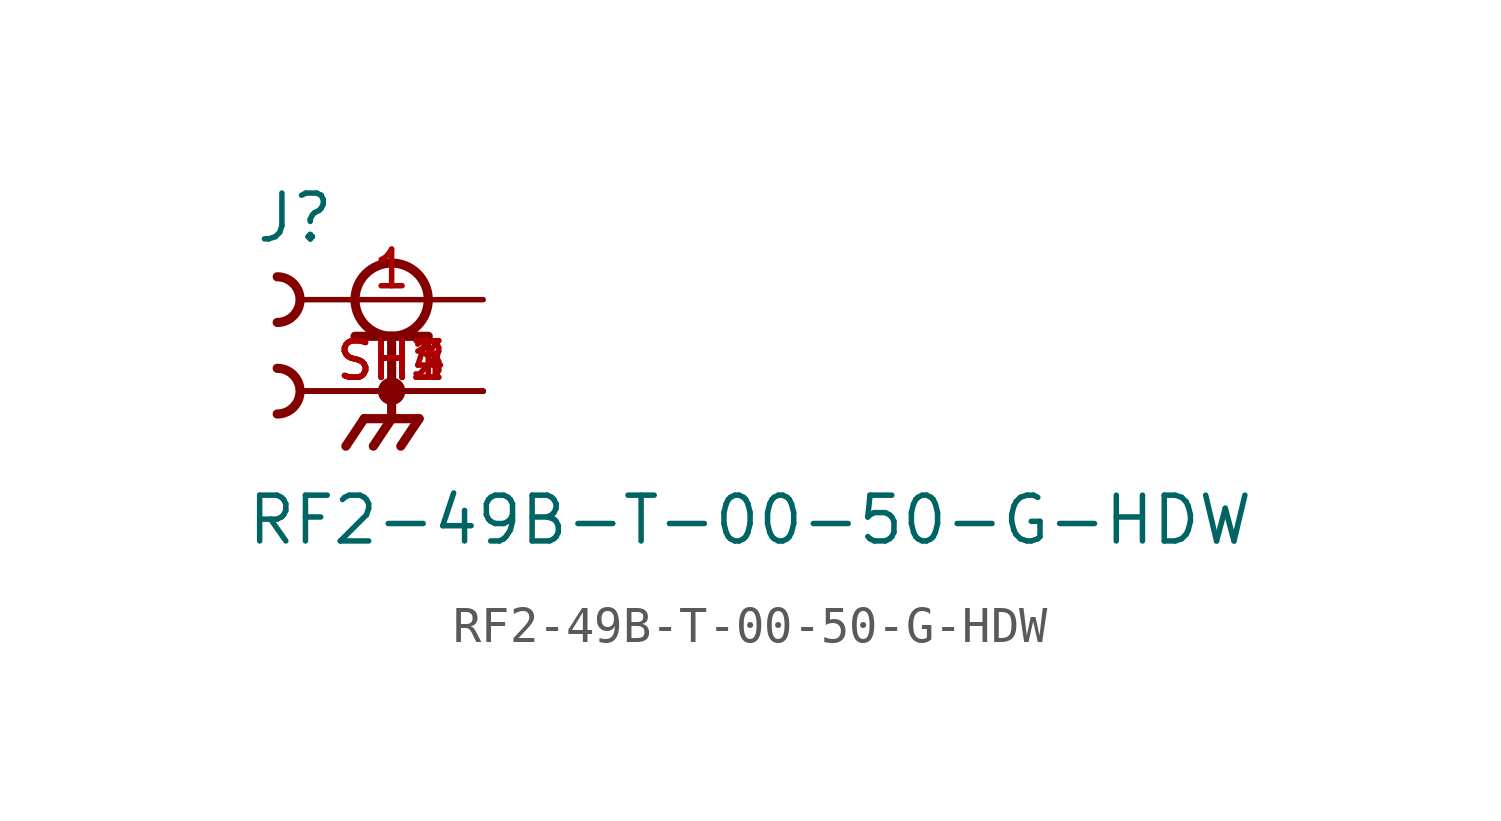
<source format=kicad_sym>
(kicad_symbol_lib
  (version 20220914)
  (generator kicad_symbol_editor)
  (symbol "RF2-49B-T-00-50-G-HDW"
    (pin_names
      (offset 1.016))
    (property "Reference" "J"
      (at -3.81 1.524 0)
      (effects (font (size 1.27 1.27)) (justify left bottom)))
    (property "Value" "RF2-49B-T-00-50-G-HDW"
      (at -4.064 -6.858 0)
      (effects (font (size 1.27 1.27)) (justify left bottom)))
    (symbol "RF2-49B-T-00-50-G-HDW_0_0"
      (arc (start -3.175 -3.175) (mid -2.5427 -2.54) (end -3.175 -1.905) (stroke (width 0.254) (type default)) (fill (type none)))
      (arc (start -3.175 -0.635) (mid -2.5427 0) (end -3.175 0.635) (stroke (width 0.254) (type default)) (fill (type none)))
      (circle (center 0 -2.54) (radius 0.254) (stroke (width 0.254) (type default)) (fill (type none)))
      (polyline (pts (xy -1.016 -1.016) (xy 0 -1.016)) (stroke (width 0.254) (type default)) (fill (type none)))
      (polyline (pts (xy -0.762 -3.302) (xy -1.27 -4.064)) (stroke (width 0.254) (type default)) (fill (type none)))
      (polyline (pts (xy 0 -3.302) (xy -0.762 -3.302)) (stroke (width 0.254) (type default)) (fill (type none)))
      (polyline (pts (xy 0 -3.302) (xy -0.508 -4.064)) (stroke (width 0.254) (type default)) (fill (type none)))
      (polyline (pts (xy 0 -3.302) (xy 0.762 -3.302)) (stroke (width 0.254) (type default)) (fill (type none)))
      (polyline (pts (xy 0 -1.016) (xy 0 -3.302)) (stroke (width 0.254) (type default)) (fill (type none)))
      (polyline (pts (xy 0 -1.016) (xy 1.016 -1.016)) (stroke (width 0.254) (type default)) (fill (type none)))
      (polyline (pts (xy 0.762 -3.302) (xy 0.254 -4.064)) (stroke (width 0.254) (type default)) (fill (type none)))
      (circle (center 0 0) (radius 1.016) (stroke (width 0.254) (type default)) (fill (type none)))
      (pin passive line (at 2.54 0 180) (length 5.08) (name "~" (effects (font (size 1.016 1.016)))) (number "1" (effects (font (size 1.016 1.016)))))
      (pin passive line (at 2.54 -2.54 180) (length 5.08) (name "~" (effects (font (size 1.016 1.016)))) (number "SH1" (effects (font (size 1.016 1.016))))))
    (symbol "RF2-49B-T-00-50-G-HDW_1_0"
      (pin passive line (at 2.54 -2.54 180) (length 5.08) (name "~" (effects (font (size 1.016 1.016)))) (number "SH2" (effects (font (size 1.016 1.016)))))
      (pin passive line (at 2.54 -2.54 180) (length 5.08) (name "~" (effects (font (size 1.016 1.016)))) (number "SH3" (effects (font (size 1.016 1.016)))))
      (pin passive line (at 2.54 -2.54 180) (length 5.08) (name "~" (effects (font (size 1.016 1.016)))) (number "SH4" (effects (font (size 1.016 1.016))))))))
</source>
